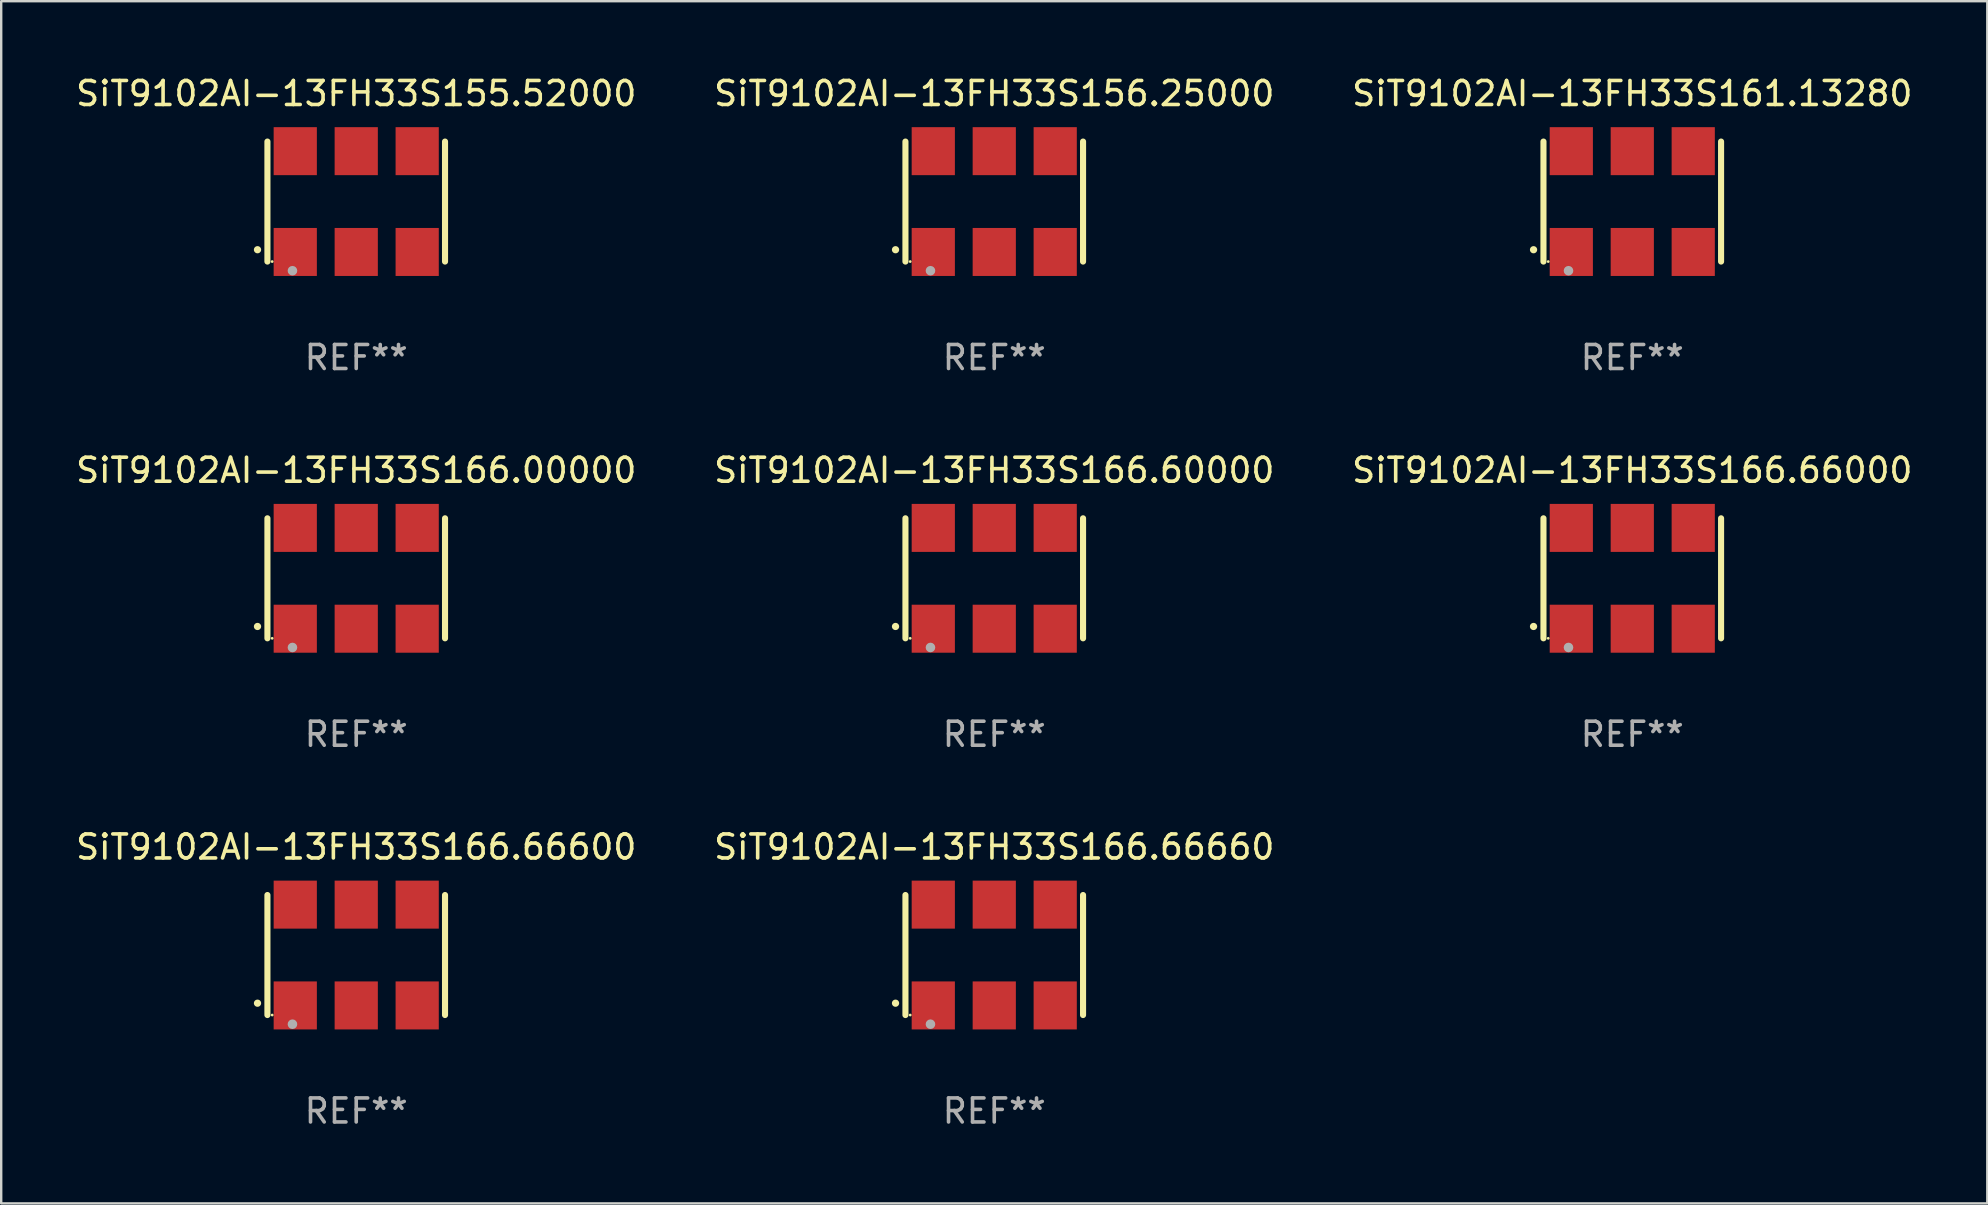
<source format=kicad_pcb>
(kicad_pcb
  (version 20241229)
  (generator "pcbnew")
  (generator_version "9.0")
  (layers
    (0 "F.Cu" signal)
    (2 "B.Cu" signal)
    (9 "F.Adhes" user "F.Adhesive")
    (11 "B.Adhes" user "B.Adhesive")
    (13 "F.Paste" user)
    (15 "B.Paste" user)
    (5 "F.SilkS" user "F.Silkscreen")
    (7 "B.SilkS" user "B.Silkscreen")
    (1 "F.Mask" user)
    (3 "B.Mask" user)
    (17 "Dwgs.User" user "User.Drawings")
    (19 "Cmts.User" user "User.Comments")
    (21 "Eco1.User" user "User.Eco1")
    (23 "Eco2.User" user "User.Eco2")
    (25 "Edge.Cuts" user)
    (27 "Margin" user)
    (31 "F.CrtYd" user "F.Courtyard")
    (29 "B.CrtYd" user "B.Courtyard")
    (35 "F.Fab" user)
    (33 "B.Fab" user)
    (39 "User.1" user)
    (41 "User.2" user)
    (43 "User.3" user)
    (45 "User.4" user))
  (footprint "SiT9102AI-13FH33S166.66000"
    (layer "F.Cu")
    (at 64.958 21.045)
    (property "Reference" "SiT9102AI-13FH33S166.66000" (at 0 -4.5 0) (layer "F.SilkS") (effects (font (size 1 1) (thickness 0.15))))
    (attr through_hole)
    (fp_line (start -3.7 -2.5) (end -3.7 2.5) (stroke (width 0.254) (type solid)) (layer "F.SilkS"))
    (fp_line (start 3.7 -2.5) (end 3.7 2.5) (stroke (width 0.254) (type solid)) (layer "F.SilkS"))
    (fp_arc (start -4.114415 2.006604) (mid -4.113145 2.006599) (end -4.111875 2.006604) (stroke (width 0.3) (type solid)) (layer "F.SilkS"))
    (fp_circle (center -3.502 2.5) (end -3.472 2.5) (stroke (width 0.06) (type solid)) (fill no) (layer "F.SilkS"))
    (fp_circle (center -2.657 2.882) (end -2.557 2.882) (stroke (width 0.2) (type solid)) (fill no) (layer "F.Fab"))
    (fp_text user "REF**" (at 0 6.5 0) (layer "F.Fab") (effects (font (size 1 1) (thickness 0.15))))
    (pad "1" smd rect (at -2.54 2.1) (size 1.8 2) (layers "F.Cu" "F.Mask" "F.Paste"))
    (pad "2" smd rect (at 0.000394 2.1) (size 1.8 2) (layers "F.Cu" "F.Mask" "F.Paste"))
    (pad "3" smd rect (at 2.54 2.1) (size 1.8 2) (layers "F.Cu" "F.Mask" "F.Paste"))
    (pad "4" smd rect (at 2.54 -2.1) (size 1.8 2) (layers "F.Cu" "F.Mask" "F.Paste"))
    (pad "5" smd rect (at 0.000394 -2.1) (size 1.8 2) (layers "F.Cu" "F.Mask" "F.Paste"))
    (pad "6" smd rect (at -2.54 -2.1) (size 1.8 2) (layers "F.Cu" "F.Mask" "F.Paste")))
  (footprint "SiT9102AI-13FH33S166.66600"
    (layer "F.Cu")
    (at 11.792 36.741)
    (property "Reference" "SiT9102AI-13FH33S166.66600" (at 0 -4.5 0) (layer "F.SilkS") (effects (font (size 1 1) (thickness 0.15))))
    (attr through_hole)
    (fp_line (start -3.7 -2.5) (end -3.7 2.5) (stroke (width 0.254) (type solid)) (layer "F.SilkS"))
    (fp_line (start 3.7 -2.5) (end 3.7 2.5) (stroke (width 0.254) (type solid)) (layer "F.SilkS"))
    (fp_arc (start -4.114415 2.006604) (mid -4.113145 2.006599) (end -4.111875 2.006604) (stroke (width 0.3) (type solid)) (layer "F.SilkS"))
    (fp_circle (center -3.502 2.5) (end -3.472 2.5) (stroke (width 0.06) (type solid)) (fill no) (layer "F.SilkS"))
    (fp_circle (center -2.657 2.882) (end -2.557 2.882) (stroke (width 0.2) (type solid)) (fill no) (layer "F.Fab"))
    (fp_text user "REF**" (at 0 6.5 0) (layer "F.Fab") (effects (font (size 1 1) (thickness 0.15))))
    (pad "1" smd rect (at -2.54 2.1) (size 1.8 2) (layers "F.Cu" "F.Mask" "F.Paste"))
    (pad "2" smd rect (at 0.000394 2.1) (size 1.8 2) (layers "F.Cu" "F.Mask" "F.Paste"))
    (pad "3" smd rect (at 2.54 2.1) (size 1.8 2) (layers "F.Cu" "F.Mask" "F.Paste"))
    (pad "4" smd rect (at 2.54 -2.1) (size 1.8 2) (layers "F.Cu" "F.Mask" "F.Paste"))
    (pad "5" smd rect (at 0.000394 -2.1) (size 1.8 2) (layers "F.Cu" "F.Mask" "F.Paste"))
    (pad "6" smd rect (at -2.54 -2.1) (size 1.8 2) (layers "F.Cu" "F.Mask" "F.Paste")))
  (footprint "SiT9102AI-13FH33S156.25000"
    (layer "F.Cu")
    (at 38.375 5.348)
    (property "Reference" "SiT9102AI-13FH33S156.25000" (at 0 -4.5 0) (layer "F.SilkS") (effects (font (size 1 1) (thickness 0.15))))
    (attr through_hole)
    (fp_line (start -3.7 -2.5) (end -3.7 2.5) (stroke (width 0.254) (type solid)) (layer "F.SilkS"))
    (fp_line (start 3.7 -2.5) (end 3.7 2.5) (stroke (width 0.254) (type solid)) (layer "F.SilkS"))
    (fp_arc (start -4.114415 2.006604) (mid -4.113145 2.006599) (end -4.111875 2.006604) (stroke (width 0.3) (type solid)) (layer "F.SilkS"))
    (fp_circle (center -3.502 2.5) (end -3.472 2.5) (stroke (width 0.06) (type solid)) (fill no) (layer "F.SilkS"))
    (fp_circle (center -2.657 2.882) (end -2.557 2.882) (stroke (width 0.2) (type solid)) (fill no) (layer "F.Fab"))
    (fp_text user "REF**" (at 0 6.5 0) (layer "F.Fab") (effects (font (size 1 1) (thickness 0.15))))
    (pad "1" smd rect (at -2.54 2.1) (size 1.8 2) (layers "F.Cu" "F.Mask" "F.Paste"))
    (pad "2" smd rect (at 0.000394 2.1) (size 1.8 2) (layers "F.Cu" "F.Mask" "F.Paste"))
    (pad "3" smd rect (at 2.54 2.1) (size 1.8 2) (layers "F.Cu" "F.Mask" "F.Paste"))
    (pad "4" smd rect (at 2.54 -2.1) (size 1.8 2) (layers "F.Cu" "F.Mask" "F.Paste"))
    (pad "5" smd rect (at 0.000394 -2.1) (size 1.8 2) (layers "F.Cu" "F.Mask" "F.Paste"))
    (pad "6" smd rect (at -2.54 -2.1) (size 1.8 2) (layers "F.Cu" "F.Mask" "F.Paste")))
  (footprint "SiT9102AI-13FH33S166.00000"
    (layer "F.Cu")
    (at 11.792 21.045)
    (property "Reference" "SiT9102AI-13FH33S166.00000" (at 0 -4.5 0) (layer "F.SilkS") (effects (font (size 1 1) (thickness 0.15))))
    (attr through_hole)
    (fp_line (start -3.7 -2.5) (end -3.7 2.5) (stroke (width 0.254) (type solid)) (layer "F.SilkS"))
    (fp_line (start 3.7 -2.5) (end 3.7 2.5) (stroke (width 0.254) (type solid)) (layer "F.SilkS"))
    (fp_arc (start -4.114415 2.006604) (mid -4.113145 2.006599) (end -4.111875 2.006604) (stroke (width 0.3) (type solid)) (layer "F.SilkS"))
    (fp_circle (center -3.502 2.5) (end -3.472 2.5) (stroke (width 0.06) (type solid)) (fill no) (layer "F.SilkS"))
    (fp_circle (center -2.657 2.882) (end -2.557 2.882) (stroke (width 0.2) (type solid)) (fill no) (layer "F.Fab"))
    (fp_text user "REF**" (at 0 6.5 0) (layer "F.Fab") (effects (font (size 1 1) (thickness 0.15))))
    (pad "1" smd rect (at -2.54 2.1) (size 1.8 2) (layers "F.Cu" "F.Mask" "F.Paste"))
    (pad "2" smd rect (at 0.000394 2.1) (size 1.8 2) (layers "F.Cu" "F.Mask" "F.Paste"))
    (pad "3" smd rect (at 2.54 2.1) (size 1.8 2) (layers "F.Cu" "F.Mask" "F.Paste"))
    (pad "4" smd rect (at 2.54 -2.1) (size 1.8 2) (layers "F.Cu" "F.Mask" "F.Paste"))
    (pad "5" smd rect (at 0.000394 -2.1) (size 1.8 2) (layers "F.Cu" "F.Mask" "F.Paste"))
    (pad "6" smd rect (at -2.54 -2.1) (size 1.8 2) (layers "F.Cu" "F.Mask" "F.Paste")))
  (footprint "SiT9102AI-13FH33S166.66660"
    (layer "F.Cu")
    (at 38.375 36.741)
    (property "Reference" "SiT9102AI-13FH33S166.66660" (at 0 -4.5 0) (layer "F.SilkS") (effects (font (size 1 1) (thickness 0.15))))
    (attr through_hole)
    (fp_line (start -3.7 -2.5) (end -3.7 2.5) (stroke (width 0.254) (type solid)) (layer "F.SilkS"))
    (fp_line (start 3.7 -2.5) (end 3.7 2.5) (stroke (width 0.254) (type solid)) (layer "F.SilkS"))
    (fp_arc (start -4.114415 2.006604) (mid -4.113145 2.006599) (end -4.111875 2.006604) (stroke (width 0.3) (type solid)) (layer "F.SilkS"))
    (fp_circle (center -3.502 2.5) (end -3.472 2.5) (stroke (width 0.06) (type solid)) (fill no) (layer "F.SilkS"))
    (fp_circle (center -2.657 2.882) (end -2.557 2.882) (stroke (width 0.2) (type solid)) (fill no) (layer "F.Fab"))
    (fp_text user "REF**" (at 0 6.5 0) (layer "F.Fab") (effects (font (size 1 1) (thickness 0.15))))
    (pad "1" smd rect (at -2.54 2.1) (size 1.8 2) (layers "F.Cu" "F.Mask" "F.Paste"))
    (pad "2" smd rect (at 0.000394 2.1) (size 1.8 2) (layers "F.Cu" "F.Mask" "F.Paste"))
    (pad "3" smd rect (at 2.54 2.1) (size 1.8 2) (layers "F.Cu" "F.Mask" "F.Paste"))
    (pad "4" smd rect (at 2.54 -2.1) (size 1.8 2) (layers "F.Cu" "F.Mask" "F.Paste"))
    (pad "5" smd rect (at 0.000394 -2.1) (size 1.8 2) (layers "F.Cu" "F.Mask" "F.Paste"))
    (pad "6" smd rect (at -2.54 -2.1) (size 1.8 2) (layers "F.Cu" "F.Mask" "F.Paste")))
  (footprint "SiT9102AI-13FH33S161.13280"
    (layer "F.Cu")
    (at 64.958 5.348)
    (property "Reference" "SiT9102AI-13FH33S161.13280" (at 0 -4.5 0) (layer "F.SilkS") (effects (font (size 1 1) (thickness 0.15))))
    (attr through_hole)
    (fp_line (start -3.7 -2.5) (end -3.7 2.5) (stroke (width 0.254) (type solid)) (layer "F.SilkS"))
    (fp_line (start 3.7 -2.5) (end 3.7 2.5) (stroke (width 0.254) (type solid)) (layer "F.SilkS"))
    (fp_arc (start -4.114415 2.006604) (mid -4.113145 2.006599) (end -4.111875 2.006604) (stroke (width 0.3) (type solid)) (layer "F.SilkS"))
    (fp_circle (center -3.502 2.5) (end -3.472 2.5) (stroke (width 0.06) (type solid)) (fill no) (layer "F.SilkS"))
    (fp_circle (center -2.657 2.882) (end -2.557 2.882) (stroke (width 0.2) (type solid)) (fill no) (layer "F.Fab"))
    (fp_text user "REF**" (at 0 6.5 0) (layer "F.Fab") (effects (font (size 1 1) (thickness 0.15))))
    (pad "1" smd rect (at -2.54 2.1) (size 1.8 2) (layers "F.Cu" "F.Mask" "F.Paste"))
    (pad "2" smd rect (at 0.000394 2.1) (size 1.8 2) (layers "F.Cu" "F.Mask" "F.Paste"))
    (pad "3" smd rect (at 2.54 2.1) (size 1.8 2) (layers "F.Cu" "F.Mask" "F.Paste"))
    (pad "4" smd rect (at 2.54 -2.1) (size 1.8 2) (layers "F.Cu" "F.Mask" "F.Paste"))
    (pad "5" smd rect (at 0.000394 -2.1) (size 1.8 2) (layers "F.Cu" "F.Mask" "F.Paste"))
    (pad "6" smd rect (at -2.54 -2.1) (size 1.8 2) (layers "F.Cu" "F.Mask" "F.Paste")))
  (footprint "SiT9102AI-13FH33S166.60000"
    (layer "F.Cu")
    (at 38.375 21.045)
    (property "Reference" "SiT9102AI-13FH33S166.60000" (at 0 -4.5 0) (layer "F.SilkS") (effects (font (size 1 1) (thickness 0.15))))
    (attr through_hole)
    (fp_line (start -3.7 -2.5) (end -3.7 2.5) (stroke (width 0.254) (type solid)) (layer "F.SilkS"))
    (fp_line (start 3.7 -2.5) (end 3.7 2.5) (stroke (width 0.254) (type solid)) (layer "F.SilkS"))
    (fp_arc (start -4.114415 2.006604) (mid -4.113145 2.006599) (end -4.111875 2.006604) (stroke (width 0.3) (type solid)) (layer "F.SilkS"))
    (fp_circle (center -3.502 2.5) (end -3.472 2.5) (stroke (width 0.06) (type solid)) (fill no) (layer "F.SilkS"))
    (fp_circle (center -2.657 2.882) (end -2.557 2.882) (stroke (width 0.2) (type solid)) (fill no) (layer "F.Fab"))
    (fp_text user "REF**" (at 0 6.5 0) (layer "F.Fab") (effects (font (size 1 1) (thickness 0.15))))
    (pad "1" smd rect (at -2.54 2.1) (size 1.8 2) (layers "F.Cu" "F.Mask" "F.Paste"))
    (pad "2" smd rect (at 0.000394 2.1) (size 1.8 2) (layers "F.Cu" "F.Mask" "F.Paste"))
    (pad "3" smd rect (at 2.54 2.1) (size 1.8 2) (layers "F.Cu" "F.Mask" "F.Paste"))
    (pad "4" smd rect (at 2.54 -2.1) (size 1.8 2) (layers "F.Cu" "F.Mask" "F.Paste"))
    (pad "5" smd rect (at 0.000394 -2.1) (size 1.8 2) (layers "F.Cu" "F.Mask" "F.Paste"))
    (pad "6" smd rect (at -2.54 -2.1) (size 1.8 2) (layers "F.Cu" "F.Mask" "F.Paste")))
  (footprint "SiT9102AI-13FH33S155.52000"
    (layer "F.Cu")
    (at 11.792 5.348)
    (property "Reference" "SiT9102AI-13FH33S155.52000" (at 0 -4.5 0) (layer "F.SilkS") (effects (font (size 1 1) (thickness 0.15))))
    (attr through_hole)
    (fp_line (start -3.7 -2.5) (end -3.7 2.5) (stroke (width 0.254) (type solid)) (layer "F.SilkS"))
    (fp_line (start 3.7 -2.5) (end 3.7 2.5) (stroke (width 0.254) (type solid)) (layer "F.SilkS"))
    (fp_arc (start -4.114415 2.006604) (mid -4.113145 2.006599) (end -4.111875 2.006604) (stroke (width 0.3) (type solid)) (layer "F.SilkS"))
    (fp_circle (center -3.502 2.5) (end -3.472 2.5) (stroke (width 0.06) (type solid)) (fill no) (layer "F.SilkS"))
    (fp_circle (center -2.657 2.882) (end -2.557 2.882) (stroke (width 0.2) (type solid)) (fill no) (layer "F.Fab"))
    (fp_text user "REF**" (at 0 6.5 0) (layer "F.Fab") (effects (font (size 1 1) (thickness 0.15))))
    (pad "1" smd rect (at -2.54 2.1) (size 1.8 2) (layers "F.Cu" "F.Mask" "F.Paste"))
    (pad "2" smd rect (at 0.000394 2.1) (size 1.8 2) (layers "F.Cu" "F.Mask" "F.Paste"))
    (pad "3" smd rect (at 2.54 2.1) (size 1.8 2) (layers "F.Cu" "F.Mask" "F.Paste"))
    (pad "4" smd rect (at 2.54 -2.1) (size 1.8 2) (layers "F.Cu" "F.Mask" "F.Paste"))
    (pad "5" smd rect (at 0.000394 -2.1) (size 1.8 2) (layers "F.Cu" "F.Mask" "F.Paste"))
    (pad "6" smd rect (at -2.54 -2.1) (size 1.8 2) (layers "F.Cu" "F.Mask" "F.Paste")))
  (gr_rect
    (start -3 -3)
    (end 79.75 47.09)
    (stroke (width 0.1) (type default))
    (fill no)
    (layer "Edge.Cuts")))
</source>
